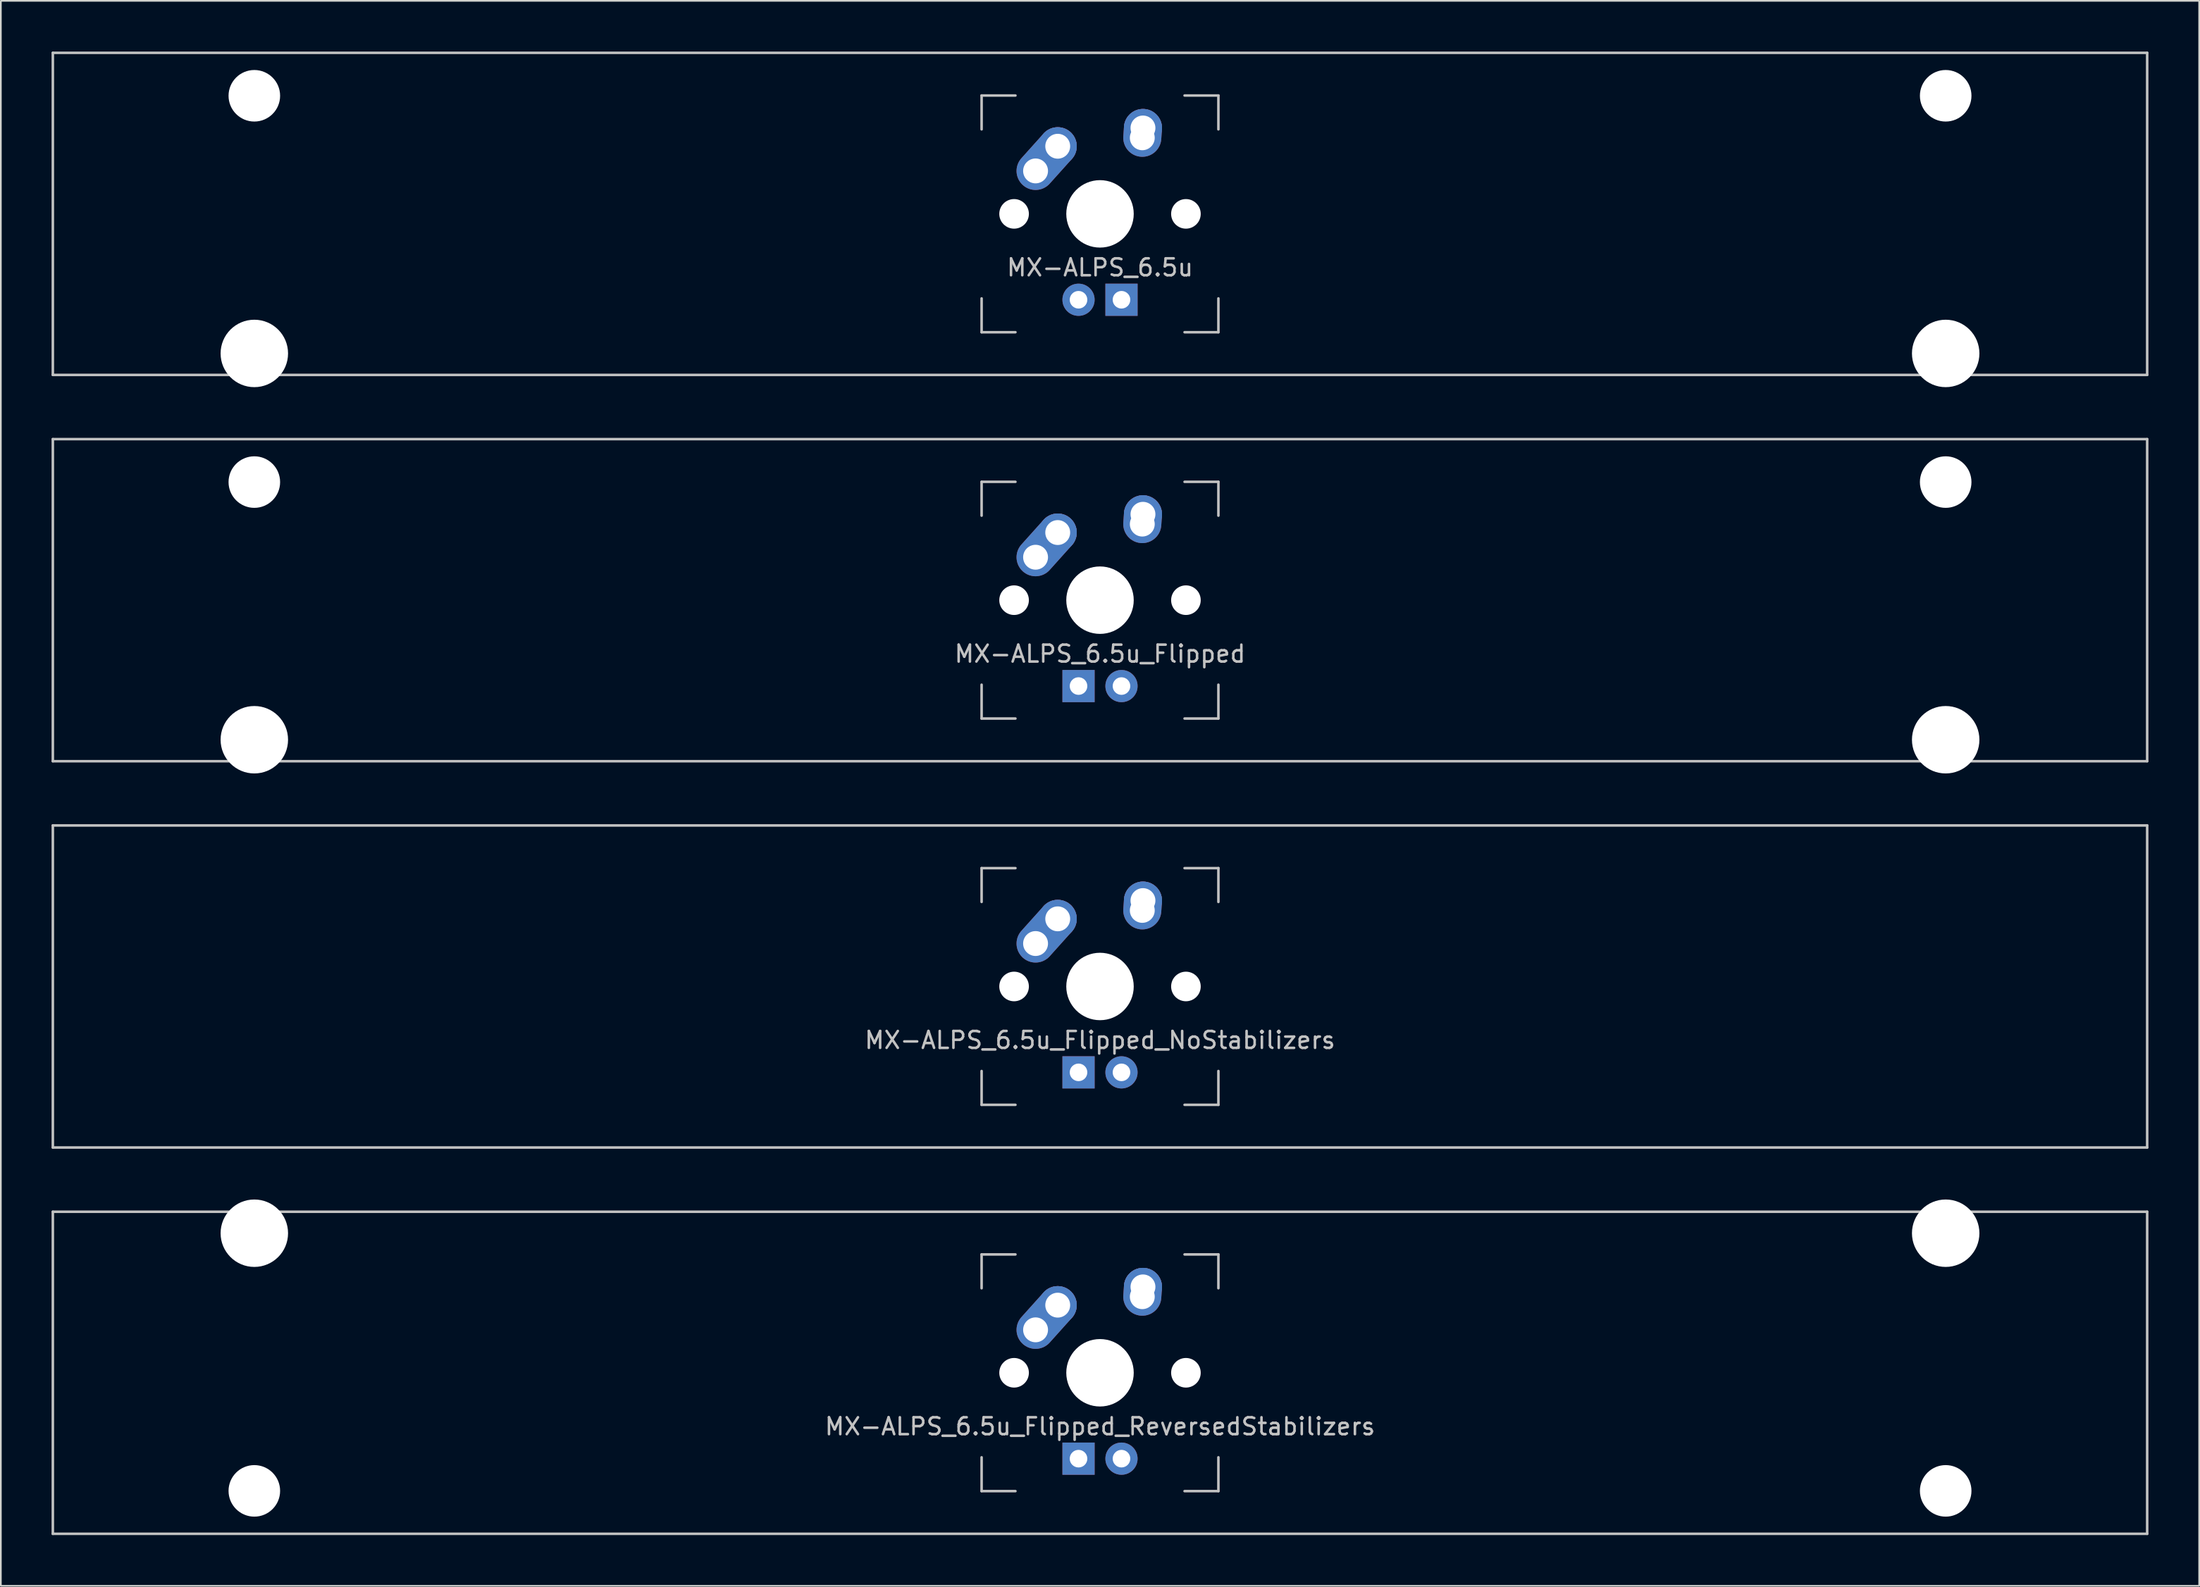
<source format=kicad_pcb>
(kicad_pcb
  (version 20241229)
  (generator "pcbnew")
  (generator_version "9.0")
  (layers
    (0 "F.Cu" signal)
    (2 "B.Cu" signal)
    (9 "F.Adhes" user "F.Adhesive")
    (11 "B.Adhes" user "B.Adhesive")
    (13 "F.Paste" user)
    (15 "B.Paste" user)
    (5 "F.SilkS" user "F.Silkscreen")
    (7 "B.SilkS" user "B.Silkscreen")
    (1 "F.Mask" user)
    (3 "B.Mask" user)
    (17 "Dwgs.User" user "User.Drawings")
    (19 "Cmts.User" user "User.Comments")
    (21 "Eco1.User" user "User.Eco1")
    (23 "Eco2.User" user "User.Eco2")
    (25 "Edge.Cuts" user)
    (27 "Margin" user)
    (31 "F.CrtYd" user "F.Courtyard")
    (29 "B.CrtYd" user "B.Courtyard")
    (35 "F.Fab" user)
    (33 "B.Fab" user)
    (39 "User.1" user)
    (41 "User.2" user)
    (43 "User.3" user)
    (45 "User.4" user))
  (footprint "MX-ALPS_6.5u_Flipped_NoStabilizers"
    (layer "F.Cu")
    (at 61.987 55.298)
    (property "Reference" "MX-ALPS_6.5u_Flipped_NoStabilizers" (at 0 3.175 0) (layer "Dwgs.User") (effects (font (size 1 1) (thickness 0.15))))
    (attr through_hole)
    (fp_line (start -61.913 -9.525) (end 61.913 -9.525) (stroke (width 0.15) (type solid)) (layer "Dwgs.User"))
    (fp_line (start -61.913 9.525) (end -61.913 -9.525) (stroke (width 0.15) (type solid)) (layer "Dwgs.User"))
    (fp_line (start -61.913 9.525) (end 61.913 9.525) (stroke (width 0.15) (type solid)) (layer "Dwgs.User"))
    (fp_line (start -7 -7) (end -7 -5) (stroke (width 0.15) (type solid)) (layer "Dwgs.User"))
    (fp_line (start -7 5) (end -7 7) (stroke (width 0.15) (type solid)) (layer "Dwgs.User"))
    (fp_line (start -7 7) (end -5 7) (stroke (width 0.15) (type solid)) (layer "Dwgs.User"))
    (fp_line (start -5 -7) (end -7 -7) (stroke (width 0.15) (type solid)) (layer "Dwgs.User"))
    (fp_line (start 5 -7) (end 7 -7) (stroke (width 0.15) (type solid)) (layer "Dwgs.User"))
    (fp_line (start 5 7) (end 7 7) (stroke (width 0.15) (type solid)) (layer "Dwgs.User"))
    (fp_line (start 7 -7) (end 7 -5) (stroke (width 0.15) (type solid)) (layer "Dwgs.User"))
    (fp_line (start 7 7) (end 7 5) (stroke (width 0.15) (type solid)) (layer "Dwgs.User"))
    (fp_line (start 61.913 -9.525) (end 61.913 9.525) (stroke (width 0.15) (type solid)) (layer "Dwgs.User"))
    (pad "" np_thru_hole circle (at -5.08 0 48.1) (size 1.75 1.75) (drill 1.75) (layers "*.Cu" "*.Mask"))
    (pad "" np_thru_hole circle (at 0 0) (size 3.988 3.988) (drill 3.988) (layers "*.Cu" "*.Mask"))
    (pad "" np_thru_hole circle (at 5.08 0 48.1) (size 1.75 1.75) (drill 1.75) (layers "*.Cu" "*.Mask"))
    (pad "1" thru_hole oval (at -3.81 -2.54 48.1) (size 4.212 2.25) (drill 1.47 (offset 0.981 0)) (layers "*.Cu" "B.Mask"))
    (pad "1" thru_hole circle (at -2.5 -4) (size 2.25 2.25) (drill 1.47) (layers "*.Cu" "B.Mask"))
    (pad "2" thru_hole oval (at 2.5 -4.5 86.055) (size 2.831 2.25) (drill 1.47 (offset 0.291 0)) (layers "*.Cu" "B.Mask"))
    (pad "2" thru_hole circle (at 2.54 -5.08) (size 2.25 2.25) (drill 1.47) (layers "*.Cu" "B.Mask"))
    (pad "3" thru_hole circle (at 1.27 5.08) (size 1.905 1.905) (drill 1.04) (layers "*.Cu" "B.Mask"))
    (pad "4" thru_hole rect (at -1.27 5.08) (size 1.905 1.905) (drill 1.04) (layers "*.Cu" "B.Mask")))
  (footprint "MX-ALPS_6.5u"
    (layer "F.Cu")
    (at 61.987 9.6)
    (property "Reference" "MX-ALPS_6.5u" (at 0 3.175 0) (layer "Dwgs.User") (effects (font (size 1 1) (thickness 0.15))))
    (attr through_hole)
    (fp_line (start -61.913 -9.525) (end 61.913 -9.525) (stroke (width 0.15) (type solid)) (layer "Dwgs.User"))
    (fp_line (start -61.913 9.525) (end -61.913 -9.525) (stroke (width 0.15) (type solid)) (layer "Dwgs.User"))
    (fp_line (start -61.913 9.525) (end 61.913 9.525) (stroke (width 0.15) (type solid)) (layer "Dwgs.User"))
    (fp_line (start -7 -7) (end -7 -5) (stroke (width 0.15) (type solid)) (layer "Dwgs.User"))
    (fp_line (start -7 5) (end -7 7) (stroke (width 0.15) (type solid)) (layer "Dwgs.User"))
    (fp_line (start -7 7) (end -5 7) (stroke (width 0.15) (type solid)) (layer "Dwgs.User"))
    (fp_line (start -5 -7) (end -7 -7) (stroke (width 0.15) (type solid)) (layer "Dwgs.User"))
    (fp_line (start 5 -7) (end 7 -7) (stroke (width 0.15) (type solid)) (layer "Dwgs.User"))
    (fp_line (start 5 7) (end 7 7) (stroke (width 0.15) (type solid)) (layer "Dwgs.User"))
    (fp_line (start 7 -7) (end 7 -5) (stroke (width 0.15) (type solid)) (layer "Dwgs.User"))
    (fp_line (start 7 7) (end 7 5) (stroke (width 0.15) (type solid)) (layer "Dwgs.User"))
    (fp_line (start 61.913 -9.525) (end 61.913 9.525) (stroke (width 0.15) (type solid)) (layer "Dwgs.User"))
    (pad "" np_thru_hole circle (at -50 -6.985) (size 3.048 3.048) (drill 3.048) (layers "*.Cu" "*.Mask"))
    (pad "" np_thru_hole circle (at -50 8.255) (size 3.988 3.988) (drill 3.988) (layers "*.Cu" "*.Mask"))
    (pad "" np_thru_hole circle (at -5.08 0 48.1) (size 1.75 1.75) (drill 1.75) (layers "*.Cu" "*.Mask"))
    (pad "" np_thru_hole circle (at 0 0) (size 3.988 3.988) (drill 3.988) (layers "*.Cu" "*.Mask"))
    (pad "" np_thru_hole circle (at 5.08 0 48.1) (size 1.75 1.75) (drill 1.75) (layers "*.Cu" "*.Mask"))
    (pad "" np_thru_hole circle (at 50 -6.985) (size 3.048 3.048) (drill 3.048) (layers "*.Cu" "*.Mask"))
    (pad "" np_thru_hole circle (at 50 8.255) (size 3.988 3.988) (drill 3.988) (layers "*.Cu" "*.Mask"))
    (pad "1" thru_hole oval (at -3.81 -2.54 48.1) (size 4.212 2.25) (drill 1.47 (offset 0.981 0)) (layers "*.Cu" "B.Mask"))
    (pad "1" thru_hole circle (at -2.5 -4) (size 2.25 2.25) (drill 1.47) (layers "*.Cu" "B.Mask"))
    (pad "2" thru_hole oval (at 2.5 -4.5 86.055) (size 2.831 2.25) (drill 1.47 (offset 0.291 0)) (layers "*.Cu" "B.Mask"))
    (pad "2" thru_hole circle (at 2.54 -5.08) (size 2.25 2.25) (drill 1.47) (layers "*.Cu" "B.Mask"))
    (pad "3" thru_hole circle (at -1.27 5.08) (size 1.905 1.905) (drill 1.04) (layers "*.Cu" "B.Mask"))
    (pad "4" thru_hole rect (at 1.27 5.08) (size 1.905 1.905) (drill 1.04) (layers "*.Cu" "B.Mask")))
  (footprint "MX-ALPS_6.5u_Flipped_ReversedStabilizers"
    (layer "F.Cu")
    (at 61.987 78.147)
    (property "Reference" "MX-ALPS_6.5u_Flipped_ReversedStabilizers" (at 0 3.175 0) (layer "Dwgs.User") (effects (font (size 1 1) (thickness 0.15))))
    (attr through_hole)
    (fp_line (start -61.913 -9.525) (end 61.913 -9.525) (stroke (width 0.15) (type solid)) (layer "Dwgs.User"))
    (fp_line (start -61.913 9.525) (end -61.913 -9.525) (stroke (width 0.15) (type solid)) (layer "Dwgs.User"))
    (fp_line (start -61.913 9.525) (end 61.913 9.525) (stroke (width 0.15) (type solid)) (layer "Dwgs.User"))
    (fp_line (start -7 -7) (end -7 -5) (stroke (width 0.15) (type solid)) (layer "Dwgs.User"))
    (fp_line (start -7 5) (end -7 7) (stroke (width 0.15) (type solid)) (layer "Dwgs.User"))
    (fp_line (start -7 7) (end -5 7) (stroke (width 0.15) (type solid)) (layer "Dwgs.User"))
    (fp_line (start -5 -7) (end -7 -7) (stroke (width 0.15) (type solid)) (layer "Dwgs.User"))
    (fp_line (start 5 -7) (end 7 -7) (stroke (width 0.15) (type solid)) (layer "Dwgs.User"))
    (fp_line (start 5 7) (end 7 7) (stroke (width 0.15) (type solid)) (layer "Dwgs.User"))
    (fp_line (start 7 -7) (end 7 -5) (stroke (width 0.15) (type solid)) (layer "Dwgs.User"))
    (fp_line (start 7 7) (end 7 5) (stroke (width 0.15) (type solid)) (layer "Dwgs.User"))
    (fp_line (start 61.913 -9.525) (end 61.913 9.525) (stroke (width 0.15) (type solid)) (layer "Dwgs.User"))
    (pad "" np_thru_hole circle (at -50 -8.255) (size 3.988 3.988) (drill 3.988) (layers "*.Cu" "*.Mask"))
    (pad "" np_thru_hole circle (at -50 6.985) (size 3.048 3.048) (drill 3.048) (layers "*.Cu" "*.Mask"))
    (pad "" np_thru_hole circle (at -5.08 0 48.1) (size 1.75 1.75) (drill 1.75) (layers "*.Cu" "*.Mask"))
    (pad "" np_thru_hole circle (at 0 0) (size 3.988 3.988) (drill 3.988) (layers "*.Cu" "*.Mask"))
    (pad "" np_thru_hole circle (at 5.08 0 48.1) (size 1.75 1.75) (drill 1.75) (layers "*.Cu" "*.Mask"))
    (pad "" np_thru_hole circle (at 50 -8.255) (size 3.988 3.988) (drill 3.988) (layers "*.Cu" "*.Mask"))
    (pad "" np_thru_hole circle (at 50 6.985) (size 3.048 3.048) (drill 3.048) (layers "*.Cu" "*.Mask"))
    (pad "1" thru_hole oval (at -3.81 -2.54 48.1) (size 4.212 2.25) (drill 1.47 (offset 0.981 0)) (layers "*.Cu" "B.Mask"))
    (pad "1" thru_hole circle (at -2.5 -4) (size 2.25 2.25) (drill 1.47) (layers "*.Cu" "B.Mask"))
    (pad "2" thru_hole oval (at 2.5 -4.5 86.055) (size 2.831 2.25) (drill 1.47 (offset 0.291 0)) (layers "*.Cu" "B.Mask"))
    (pad "2" thru_hole circle (at 2.54 -5.08) (size 2.25 2.25) (drill 1.47) (layers "*.Cu" "B.Mask"))
    (pad "3" thru_hole circle (at 1.27 5.08) (size 1.905 1.905) (drill 1.04) (layers "*.Cu" "B.Mask"))
    (pad "4" thru_hole rect (at -1.27 5.08) (size 1.905 1.905) (drill 1.04) (layers "*.Cu" "B.Mask")))
  (footprint "MX-ALPS_6.5u_Flipped"
    (layer "F.Cu")
    (at 61.987 32.449)
    (property "Reference" "MX-ALPS_6.5u_Flipped" (at 0 3.175 0) (layer "Dwgs.User") (effects (font (size 1 1) (thickness 0.15))))
    (attr through_hole)
    (fp_line (start -61.913 -9.525) (end 61.913 -9.525) (stroke (width 0.15) (type solid)) (layer "Dwgs.User"))
    (fp_line (start -61.913 9.525) (end -61.913 -9.525) (stroke (width 0.15) (type solid)) (layer "Dwgs.User"))
    (fp_line (start -61.913 9.525) (end 61.913 9.525) (stroke (width 0.15) (type solid)) (layer "Dwgs.User"))
    (fp_line (start -7 -7) (end -7 -5) (stroke (width 0.15) (type solid)) (layer "Dwgs.User"))
    (fp_line (start -7 5) (end -7 7) (stroke (width 0.15) (type solid)) (layer "Dwgs.User"))
    (fp_line (start -7 7) (end -5 7) (stroke (width 0.15) (type solid)) (layer "Dwgs.User"))
    (fp_line (start -5 -7) (end -7 -7) (stroke (width 0.15) (type solid)) (layer "Dwgs.User"))
    (fp_line (start 5 -7) (end 7 -7) (stroke (width 0.15) (type solid)) (layer "Dwgs.User"))
    (fp_line (start 5 7) (end 7 7) (stroke (width 0.15) (type solid)) (layer "Dwgs.User"))
    (fp_line (start 7 -7) (end 7 -5) (stroke (width 0.15) (type solid)) (layer "Dwgs.User"))
    (fp_line (start 7 7) (end 7 5) (stroke (width 0.15) (type solid)) (layer "Dwgs.User"))
    (fp_line (start 61.913 -9.525) (end 61.913 9.525) (stroke (width 0.15) (type solid)) (layer "Dwgs.User"))
    (pad "" np_thru_hole circle (at -50 -6.985) (size 3.048 3.048) (drill 3.048) (layers "*.Cu" "*.Mask"))
    (pad "" np_thru_hole circle (at -50 8.255) (size 3.988 3.988) (drill 3.988) (layers "*.Cu" "*.Mask"))
    (pad "" np_thru_hole circle (at -5.08 0 48.1) (size 1.75 1.75) (drill 1.75) (layers "*.Cu" "*.Mask"))
    (pad "" np_thru_hole circle (at 0 0) (size 3.988 3.988) (drill 3.988) (layers "*.Cu" "*.Mask"))
    (pad "" np_thru_hole circle (at 5.08 0 48.1) (size 1.75 1.75) (drill 1.75) (layers "*.Cu" "*.Mask"))
    (pad "" np_thru_hole circle (at 50 -6.985) (size 3.048 3.048) (drill 3.048) (layers "*.Cu" "*.Mask"))
    (pad "" np_thru_hole circle (at 50 8.255) (size 3.988 3.988) (drill 3.988) (layers "*.Cu" "*.Mask"))
    (pad "1" thru_hole oval (at -3.81 -2.54 48.1) (size 4.212 2.25) (drill 1.47 (offset 0.981 0)) (layers "*.Cu" "B.Mask"))
    (pad "1" thru_hole circle (at -2.5 -4) (size 2.25 2.25) (drill 1.47) (layers "*.Cu" "B.Mask"))
    (pad "2" thru_hole oval (at 2.5 -4.5 86.055) (size 2.831 2.25) (drill 1.47 (offset 0.291 0)) (layers "*.Cu" "B.Mask"))
    (pad "2" thru_hole circle (at 2.54 -5.08) (size 2.25 2.25) (drill 1.47) (layers "*.Cu" "B.Mask"))
    (pad "3" thru_hole circle (at 1.27 5.08) (size 1.905 1.905) (drill 1.04) (layers "*.Cu" "B.Mask"))
    (pad "4" thru_hole rect (at -1.27 5.08) (size 1.905 1.905) (drill 1.04) (layers "*.Cu" "B.Mask")))
  (gr_rect
    (start -3 -3)
    (end 126.975 90.747)
    (stroke (width 0.1) (type default))
    (fill no)
    (layer "Edge.Cuts")))
</source>
